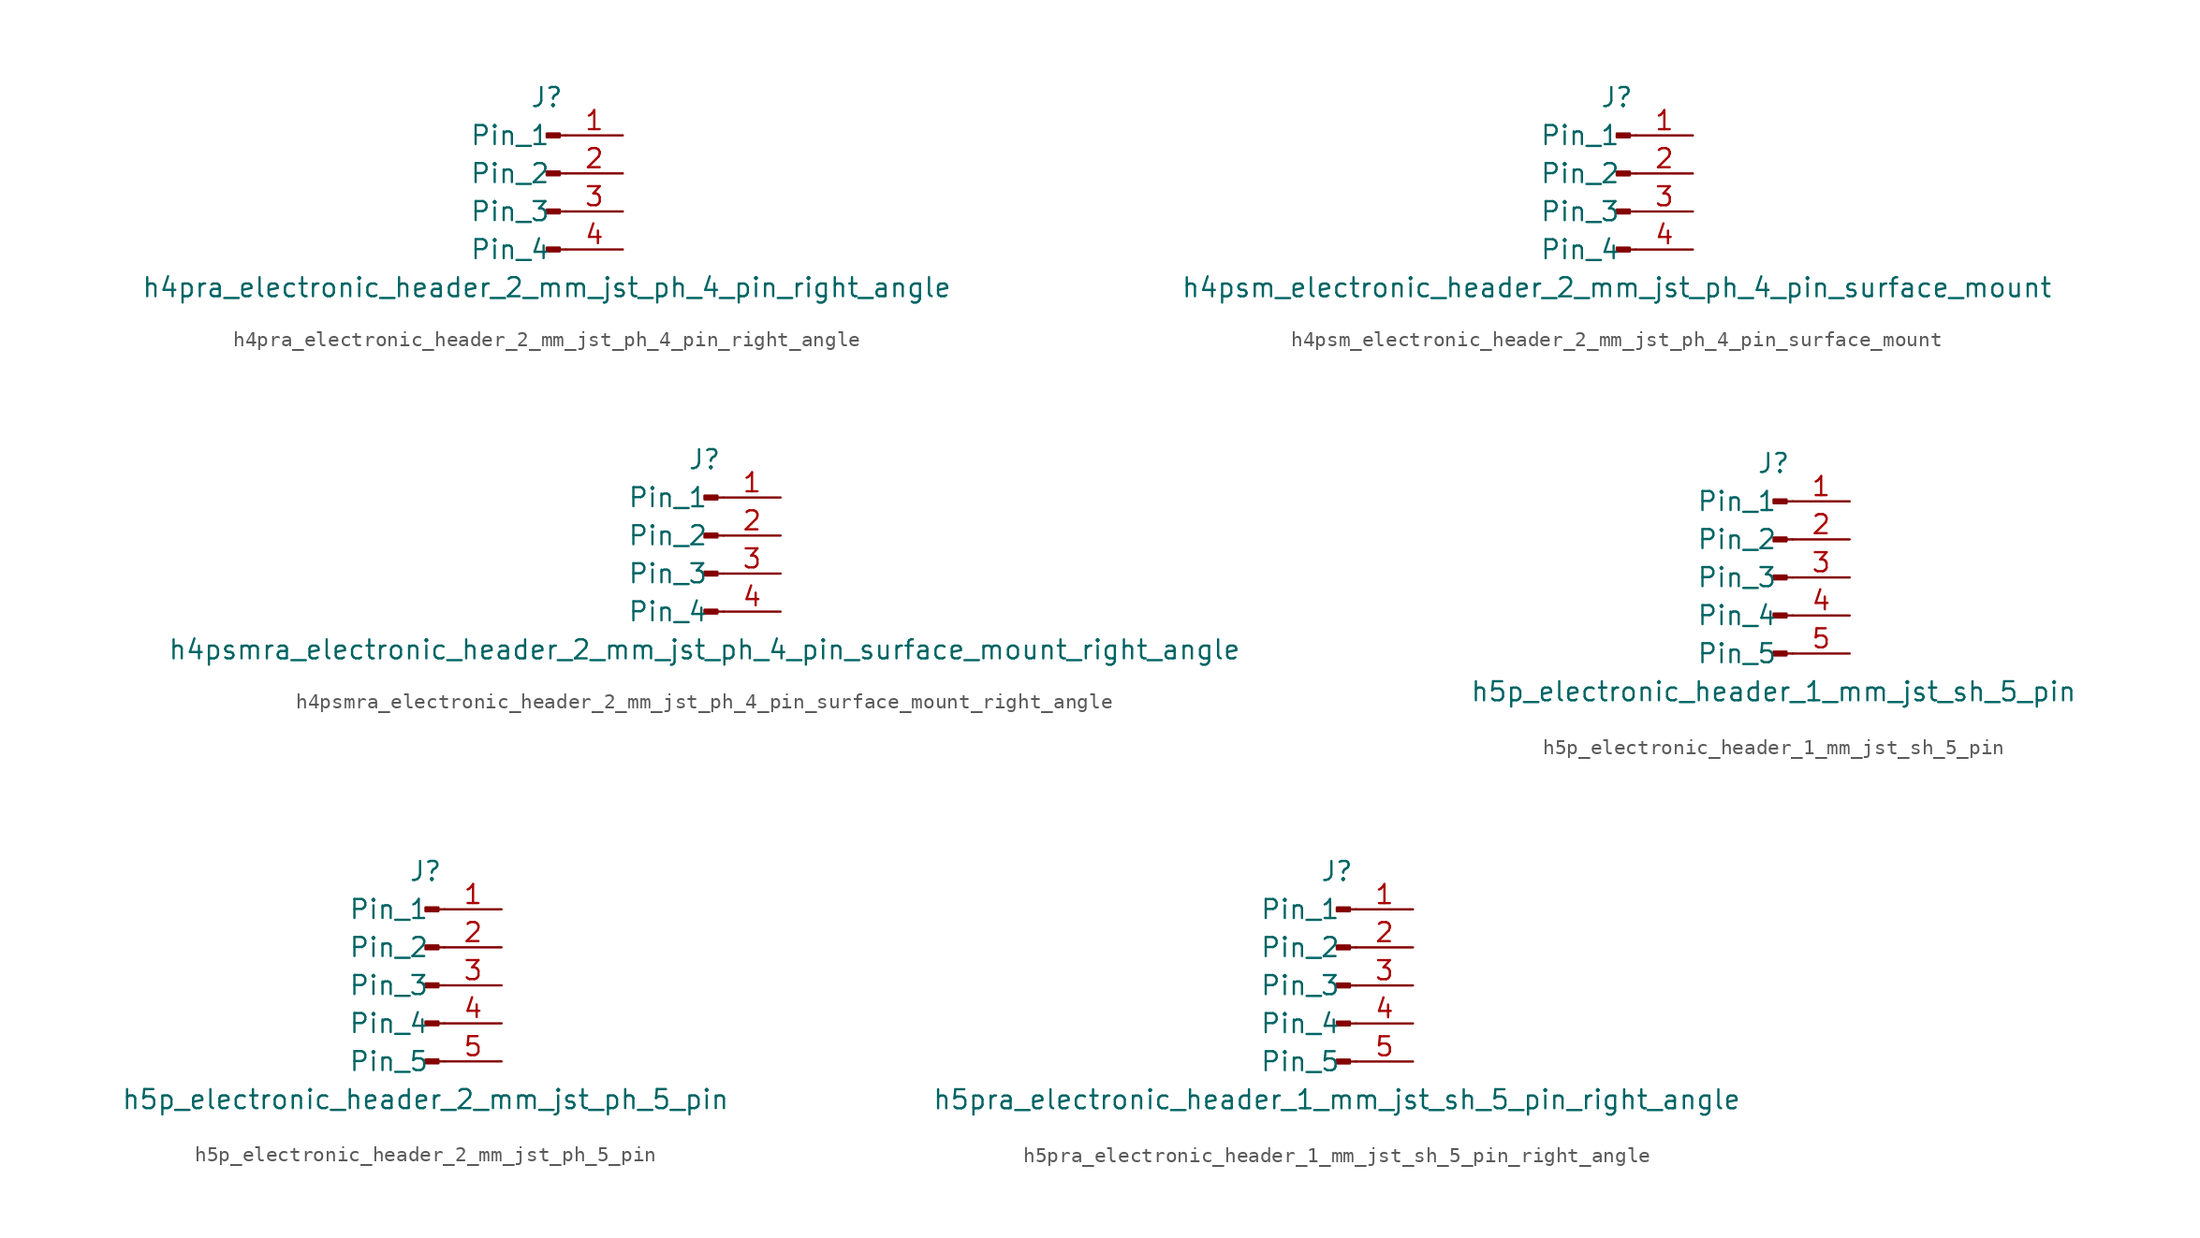
<source format=kicad_sym>
(kicad_symbol_lib
  (version 20220914)
  (generator kicad_symbol_editor)
  (symbol "h4pra_electronic_header_2_mm_jst_ph_4_pin_right_angle"
    (pin_names
      (offset 1.016))
    (property "Reference" "J"
      (at 0 5.08 0)
      (effects (font (size 1.27 1.27))))
    (property "Value" "h4pra_electronic_header_2_mm_jst_ph_4_pin_right_angle"
      (at 0 -7.62 0)
      (effects (font (size 1.27 1.27))))
    (property "ki_locked" ""
      (at 0 0 0)
      (effects (font (size 1.27 1.27))))
    (symbol "h4pra_electronic_header_2_mm_jst_ph_4_pin_right_angle_1_1"
      (polyline (pts (xy 1.27 -5.08) (xy 0.864 -5.08)) (stroke (width 0.152) (type default)) (fill (type none)))
      (polyline (pts (xy 1.27 -2.54) (xy 0.864 -2.54)) (stroke (width 0.152) (type default)) (fill (type none)))
      (polyline (pts (xy 1.27 0) (xy 0.864 0)) (stroke (width 0.152) (type default)) (fill (type none)))
      (polyline (pts (xy 1.27 2.54) (xy 0.864 2.54)) (stroke (width 0.152) (type default)) (fill (type none)))
      (rectangle (start 0.864 -4.953) (end 0 -5.207) (stroke (width 0.152) (type default)) (fill (type outline)))
      (rectangle (start 0.864 -2.413) (end 0 -2.667) (stroke (width 0.152) (type default)) (fill (type outline)))
      (rectangle (start 0.864 0.127) (end 0 -0.127) (stroke (width 0.152) (type default)) (fill (type outline)))
      (rectangle (start 0.864 2.667) (end 0 2.413) (stroke (width 0.152) (type default)) (fill (type outline)))
      (pin passive line (at 5.08 2.54 180) (length 3.81) (name "Pin_1" (effects (font (size 1.27 1.27)))) (number "1" (effects (font (size 1.27 1.27)))))
      (pin passive line (at 5.08 0 180) (length 3.81) (name "Pin_2" (effects (font (size 1.27 1.27)))) (number "2" (effects (font (size 1.27 1.27)))))
      (pin passive line (at 5.08 -2.54 180) (length 3.81) (name "Pin_3" (effects (font (size 1.27 1.27)))) (number "3" (effects (font (size 1.27 1.27)))))
      (pin passive line (at 5.08 -5.08 180) (length 3.81) (name "Pin_4" (effects (font (size 1.27 1.27)))) (number "4" (effects (font (size 1.27 1.27)))))))
  (symbol "h4psm_electronic_header_2_mm_jst_ph_4_pin_surface_mount"
    (pin_names
      (offset 1.016))
    (property "Reference" "J"
      (at 0 5.08 0)
      (effects (font (size 1.27 1.27))))
    (property "Value" "h4psm_electronic_header_2_mm_jst_ph_4_pin_surface_mount"
      (at 0 -7.62 0)
      (effects (font (size 1.27 1.27))))
    (property "ki_locked" ""
      (at 0 0 0)
      (effects (font (size 1.27 1.27))))
    (symbol "h4psm_electronic_header_2_mm_jst_ph_4_pin_surface_mount_1_1"
      (polyline (pts (xy 1.27 -5.08) (xy 0.864 -5.08)) (stroke (width 0.152) (type default)) (fill (type none)))
      (polyline (pts (xy 1.27 -2.54) (xy 0.864 -2.54)) (stroke (width 0.152) (type default)) (fill (type none)))
      (polyline (pts (xy 1.27 0) (xy 0.864 0)) (stroke (width 0.152) (type default)) (fill (type none)))
      (polyline (pts (xy 1.27 2.54) (xy 0.864 2.54)) (stroke (width 0.152) (type default)) (fill (type none)))
      (rectangle (start 0.864 -4.953) (end 0 -5.207) (stroke (width 0.152) (type default)) (fill (type outline)))
      (rectangle (start 0.864 -2.413) (end 0 -2.667) (stroke (width 0.152) (type default)) (fill (type outline)))
      (rectangle (start 0.864 0.127) (end 0 -0.127) (stroke (width 0.152) (type default)) (fill (type outline)))
      (rectangle (start 0.864 2.667) (end 0 2.413) (stroke (width 0.152) (type default)) (fill (type outline)))
      (pin passive line (at 5.08 2.54 180) (length 3.81) (name "Pin_1" (effects (font (size 1.27 1.27)))) (number "1" (effects (font (size 1.27 1.27)))))
      (pin passive line (at 5.08 0 180) (length 3.81) (name "Pin_2" (effects (font (size 1.27 1.27)))) (number "2" (effects (font (size 1.27 1.27)))))
      (pin passive line (at 5.08 -2.54 180) (length 3.81) (name "Pin_3" (effects (font (size 1.27 1.27)))) (number "3" (effects (font (size 1.27 1.27)))))
      (pin passive line (at 5.08 -5.08 180) (length 3.81) (name "Pin_4" (effects (font (size 1.27 1.27)))) (number "4" (effects (font (size 1.27 1.27)))))))
  (symbol "h4psmra_electronic_header_2_mm_jst_ph_4_pin_surface_mount_right_angle"
    (pin_names
      (offset 1.016))
    (property "Reference" "J"
      (at 0 5.08 0)
      (effects (font (size 1.27 1.27))))
    (property "Value" "h4psmra_electronic_header_2_mm_jst_ph_4_pin_surface_mount_right_angle"
      (at 0 -7.62 0)
      (effects (font (size 1.27 1.27))))
    (property "ki_locked" ""
      (at 0 0 0)
      (effects (font (size 1.27 1.27))))
    (symbol "h4psmra_electronic_header_2_mm_jst_ph_4_pin_surface_mount_right_angle_1_1"
      (polyline (pts (xy 1.27 -5.08) (xy 0.864 -5.08)) (stroke (width 0.152) (type default)) (fill (type none)))
      (polyline (pts (xy 1.27 -2.54) (xy 0.864 -2.54)) (stroke (width 0.152) (type default)) (fill (type none)))
      (polyline (pts (xy 1.27 0) (xy 0.864 0)) (stroke (width 0.152) (type default)) (fill (type none)))
      (polyline (pts (xy 1.27 2.54) (xy 0.864 2.54)) (stroke (width 0.152) (type default)) (fill (type none)))
      (rectangle (start 0.864 -4.953) (end 0 -5.207) (stroke (width 0.152) (type default)) (fill (type outline)))
      (rectangle (start 0.864 -2.413) (end 0 -2.667) (stroke (width 0.152) (type default)) (fill (type outline)))
      (rectangle (start 0.864 0.127) (end 0 -0.127) (stroke (width 0.152) (type default)) (fill (type outline)))
      (rectangle (start 0.864 2.667) (end 0 2.413) (stroke (width 0.152) (type default)) (fill (type outline)))
      (pin passive line (at 5.08 2.54 180) (length 3.81) (name "Pin_1" (effects (font (size 1.27 1.27)))) (number "1" (effects (font (size 1.27 1.27)))))
      (pin passive line (at 5.08 0 180) (length 3.81) (name "Pin_2" (effects (font (size 1.27 1.27)))) (number "2" (effects (font (size 1.27 1.27)))))
      (pin passive line (at 5.08 -2.54 180) (length 3.81) (name "Pin_3" (effects (font (size 1.27 1.27)))) (number "3" (effects (font (size 1.27 1.27)))))
      (pin passive line (at 5.08 -5.08 180) (length 3.81) (name "Pin_4" (effects (font (size 1.27 1.27)))) (number "4" (effects (font (size 1.27 1.27)))))))
  (symbol "h5p_electronic_header_1_mm_jst_sh_5_pin"
    (pin_names
      (offset 1.016))
    (property "Reference" "J"
      (at 0 7.62 0)
      (effects (font (size 1.27 1.27))))
    (property "Value" "h5p_electronic_header_1_mm_jst_sh_5_pin"
      (at 0 -7.62 0)
      (effects (font (size 1.27 1.27))))
    (property "ki_locked" ""
      (at 0 0 0)
      (effects (font (size 1.27 1.27))))
    (symbol "h5p_electronic_header_1_mm_jst_sh_5_pin_1_1"
      (polyline (pts (xy 1.27 -5.08) (xy 0.864 -5.08)) (stroke (width 0.152) (type default)) (fill (type none)))
      (polyline (pts (xy 1.27 -2.54) (xy 0.864 -2.54)) (stroke (width 0.152) (type default)) (fill (type none)))
      (polyline (pts (xy 1.27 0) (xy 0.864 0)) (stroke (width 0.152) (type default)) (fill (type none)))
      (polyline (pts (xy 1.27 2.54) (xy 0.864 2.54)) (stroke (width 0.152) (type default)) (fill (type none)))
      (polyline (pts (xy 1.27 5.08) (xy 0.864 5.08)) (stroke (width 0.152) (type default)) (fill (type none)))
      (rectangle (start 0.864 -4.953) (end 0 -5.207) (stroke (width 0.152) (type default)) (fill (type outline)))
      (rectangle (start 0.864 -2.413) (end 0 -2.667) (stroke (width 0.152) (type default)) (fill (type outline)))
      (rectangle (start 0.864 0.127) (end 0 -0.127) (stroke (width 0.152) (type default)) (fill (type outline)))
      (rectangle (start 0.864 2.667) (end 0 2.413) (stroke (width 0.152) (type default)) (fill (type outline)))
      (rectangle (start 0.864 5.207) (end 0 4.953) (stroke (width 0.152) (type default)) (fill (type outline)))
      (pin passive line (at 5.08 5.08 180) (length 3.81) (name "Pin_1" (effects (font (size 1.27 1.27)))) (number "1" (effects (font (size 1.27 1.27)))))
      (pin passive line (at 5.08 2.54 180) (length 3.81) (name "Pin_2" (effects (font (size 1.27 1.27)))) (number "2" (effects (font (size 1.27 1.27)))))
      (pin passive line (at 5.08 0 180) (length 3.81) (name "Pin_3" (effects (font (size 1.27 1.27)))) (number "3" (effects (font (size 1.27 1.27)))))
      (pin passive line (at 5.08 -2.54 180) (length 3.81) (name "Pin_4" (effects (font (size 1.27 1.27)))) (number "4" (effects (font (size 1.27 1.27)))))
      (pin passive line (at 5.08 -5.08 180) (length 3.81) (name "Pin_5" (effects (font (size 1.27 1.27)))) (number "5" (effects (font (size 1.27 1.27)))))))
  (symbol "h5p_electronic_header_2_mm_jst_ph_5_pin"
    (pin_names
      (offset 1.016))
    (property "Reference" "J"
      (at 0 7.62 0)
      (effects (font (size 1.27 1.27))))
    (property "Value" "h5p_electronic_header_2_mm_jst_ph_5_pin"
      (at 0 -7.62 0)
      (effects (font (size 1.27 1.27))))
    (property "ki_locked" ""
      (at 0 0 0)
      (effects (font (size 1.27 1.27))))
    (symbol "h5p_electronic_header_2_mm_jst_ph_5_pin_1_1"
      (polyline (pts (xy 1.27 -5.08) (xy 0.864 -5.08)) (stroke (width 0.152) (type default)) (fill (type none)))
      (polyline (pts (xy 1.27 -2.54) (xy 0.864 -2.54)) (stroke (width 0.152) (type default)) (fill (type none)))
      (polyline (pts (xy 1.27 0) (xy 0.864 0)) (stroke (width 0.152) (type default)) (fill (type none)))
      (polyline (pts (xy 1.27 2.54) (xy 0.864 2.54)) (stroke (width 0.152) (type default)) (fill (type none)))
      (polyline (pts (xy 1.27 5.08) (xy 0.864 5.08)) (stroke (width 0.152) (type default)) (fill (type none)))
      (rectangle (start 0.864 -4.953) (end 0 -5.207) (stroke (width 0.152) (type default)) (fill (type outline)))
      (rectangle (start 0.864 -2.413) (end 0 -2.667) (stroke (width 0.152) (type default)) (fill (type outline)))
      (rectangle (start 0.864 0.127) (end 0 -0.127) (stroke (width 0.152) (type default)) (fill (type outline)))
      (rectangle (start 0.864 2.667) (end 0 2.413) (stroke (width 0.152) (type default)) (fill (type outline)))
      (rectangle (start 0.864 5.207) (end 0 4.953) (stroke (width 0.152) (type default)) (fill (type outline)))
      (pin passive line (at 5.08 5.08 180) (length 3.81) (name "Pin_1" (effects (font (size 1.27 1.27)))) (number "1" (effects (font (size 1.27 1.27)))))
      (pin passive line (at 5.08 2.54 180) (length 3.81) (name "Pin_2" (effects (font (size 1.27 1.27)))) (number "2" (effects (font (size 1.27 1.27)))))
      (pin passive line (at 5.08 0 180) (length 3.81) (name "Pin_3" (effects (font (size 1.27 1.27)))) (number "3" (effects (font (size 1.27 1.27)))))
      (pin passive line (at 5.08 -2.54 180) (length 3.81) (name "Pin_4" (effects (font (size 1.27 1.27)))) (number "4" (effects (font (size 1.27 1.27)))))
      (pin passive line (at 5.08 -5.08 180) (length 3.81) (name "Pin_5" (effects (font (size 1.27 1.27)))) (number "5" (effects (font (size 1.27 1.27)))))))
  (symbol "h5pra_electronic_header_1_mm_jst_sh_5_pin_right_angle"
    (pin_names
      (offset 1.016))
    (property "Reference" "J"
      (at 0 7.62 0)
      (effects (font (size 1.27 1.27))))
    (property "Value" "h5pra_electronic_header_1_mm_jst_sh_5_pin_right_angle"
      (at 0 -7.62 0)
      (effects (font (size 1.27 1.27))))
    (property "ki_locked" ""
      (at 0 0 0)
      (effects (font (size 1.27 1.27))))
    (symbol "h5pra_electronic_header_1_mm_jst_sh_5_pin_right_angle_1_1"
      (polyline (pts (xy 1.27 -5.08) (xy 0.864 -5.08)) (stroke (width 0.152) (type default)) (fill (type none)))
      (polyline (pts (xy 1.27 -2.54) (xy 0.864 -2.54)) (stroke (width 0.152) (type default)) (fill (type none)))
      (polyline (pts (xy 1.27 0) (xy 0.864 0)) (stroke (width 0.152) (type default)) (fill (type none)))
      (polyline (pts (xy 1.27 2.54) (xy 0.864 2.54)) (stroke (width 0.152) (type default)) (fill (type none)))
      (polyline (pts (xy 1.27 5.08) (xy 0.864 5.08)) (stroke (width 0.152) (type default)) (fill (type none)))
      (rectangle (start 0.864 -4.953) (end 0 -5.207) (stroke (width 0.152) (type default)) (fill (type outline)))
      (rectangle (start 0.864 -2.413) (end 0 -2.667) (stroke (width 0.152) (type default)) (fill (type outline)))
      (rectangle (start 0.864 0.127) (end 0 -0.127) (stroke (width 0.152) (type default)) (fill (type outline)))
      (rectangle (start 0.864 2.667) (end 0 2.413) (stroke (width 0.152) (type default)) (fill (type outline)))
      (rectangle (start 0.864 5.207) (end 0 4.953) (stroke (width 0.152) (type default)) (fill (type outline)))
      (pin passive line (at 5.08 5.08 180) (length 3.81) (name "Pin_1" (effects (font (size 1.27 1.27)))) (number "1" (effects (font (size 1.27 1.27)))))
      (pin passive line (at 5.08 2.54 180) (length 3.81) (name "Pin_2" (effects (font (size 1.27 1.27)))) (number "2" (effects (font (size 1.27 1.27)))))
      (pin passive line (at 5.08 0 180) (length 3.81) (name "Pin_3" (effects (font (size 1.27 1.27)))) (number "3" (effects (font (size 1.27 1.27)))))
      (pin passive line (at 5.08 -2.54 180) (length 3.81) (name "Pin_4" (effects (font (size 1.27 1.27)))) (number "4" (effects (font (size 1.27 1.27)))))
      (pin passive line (at 5.08 -5.08 180) (length 3.81) (name "Pin_5" (effects (font (size 1.27 1.27)))) (number "5" (effects (font (size 1.27 1.27))))))))
</source>
